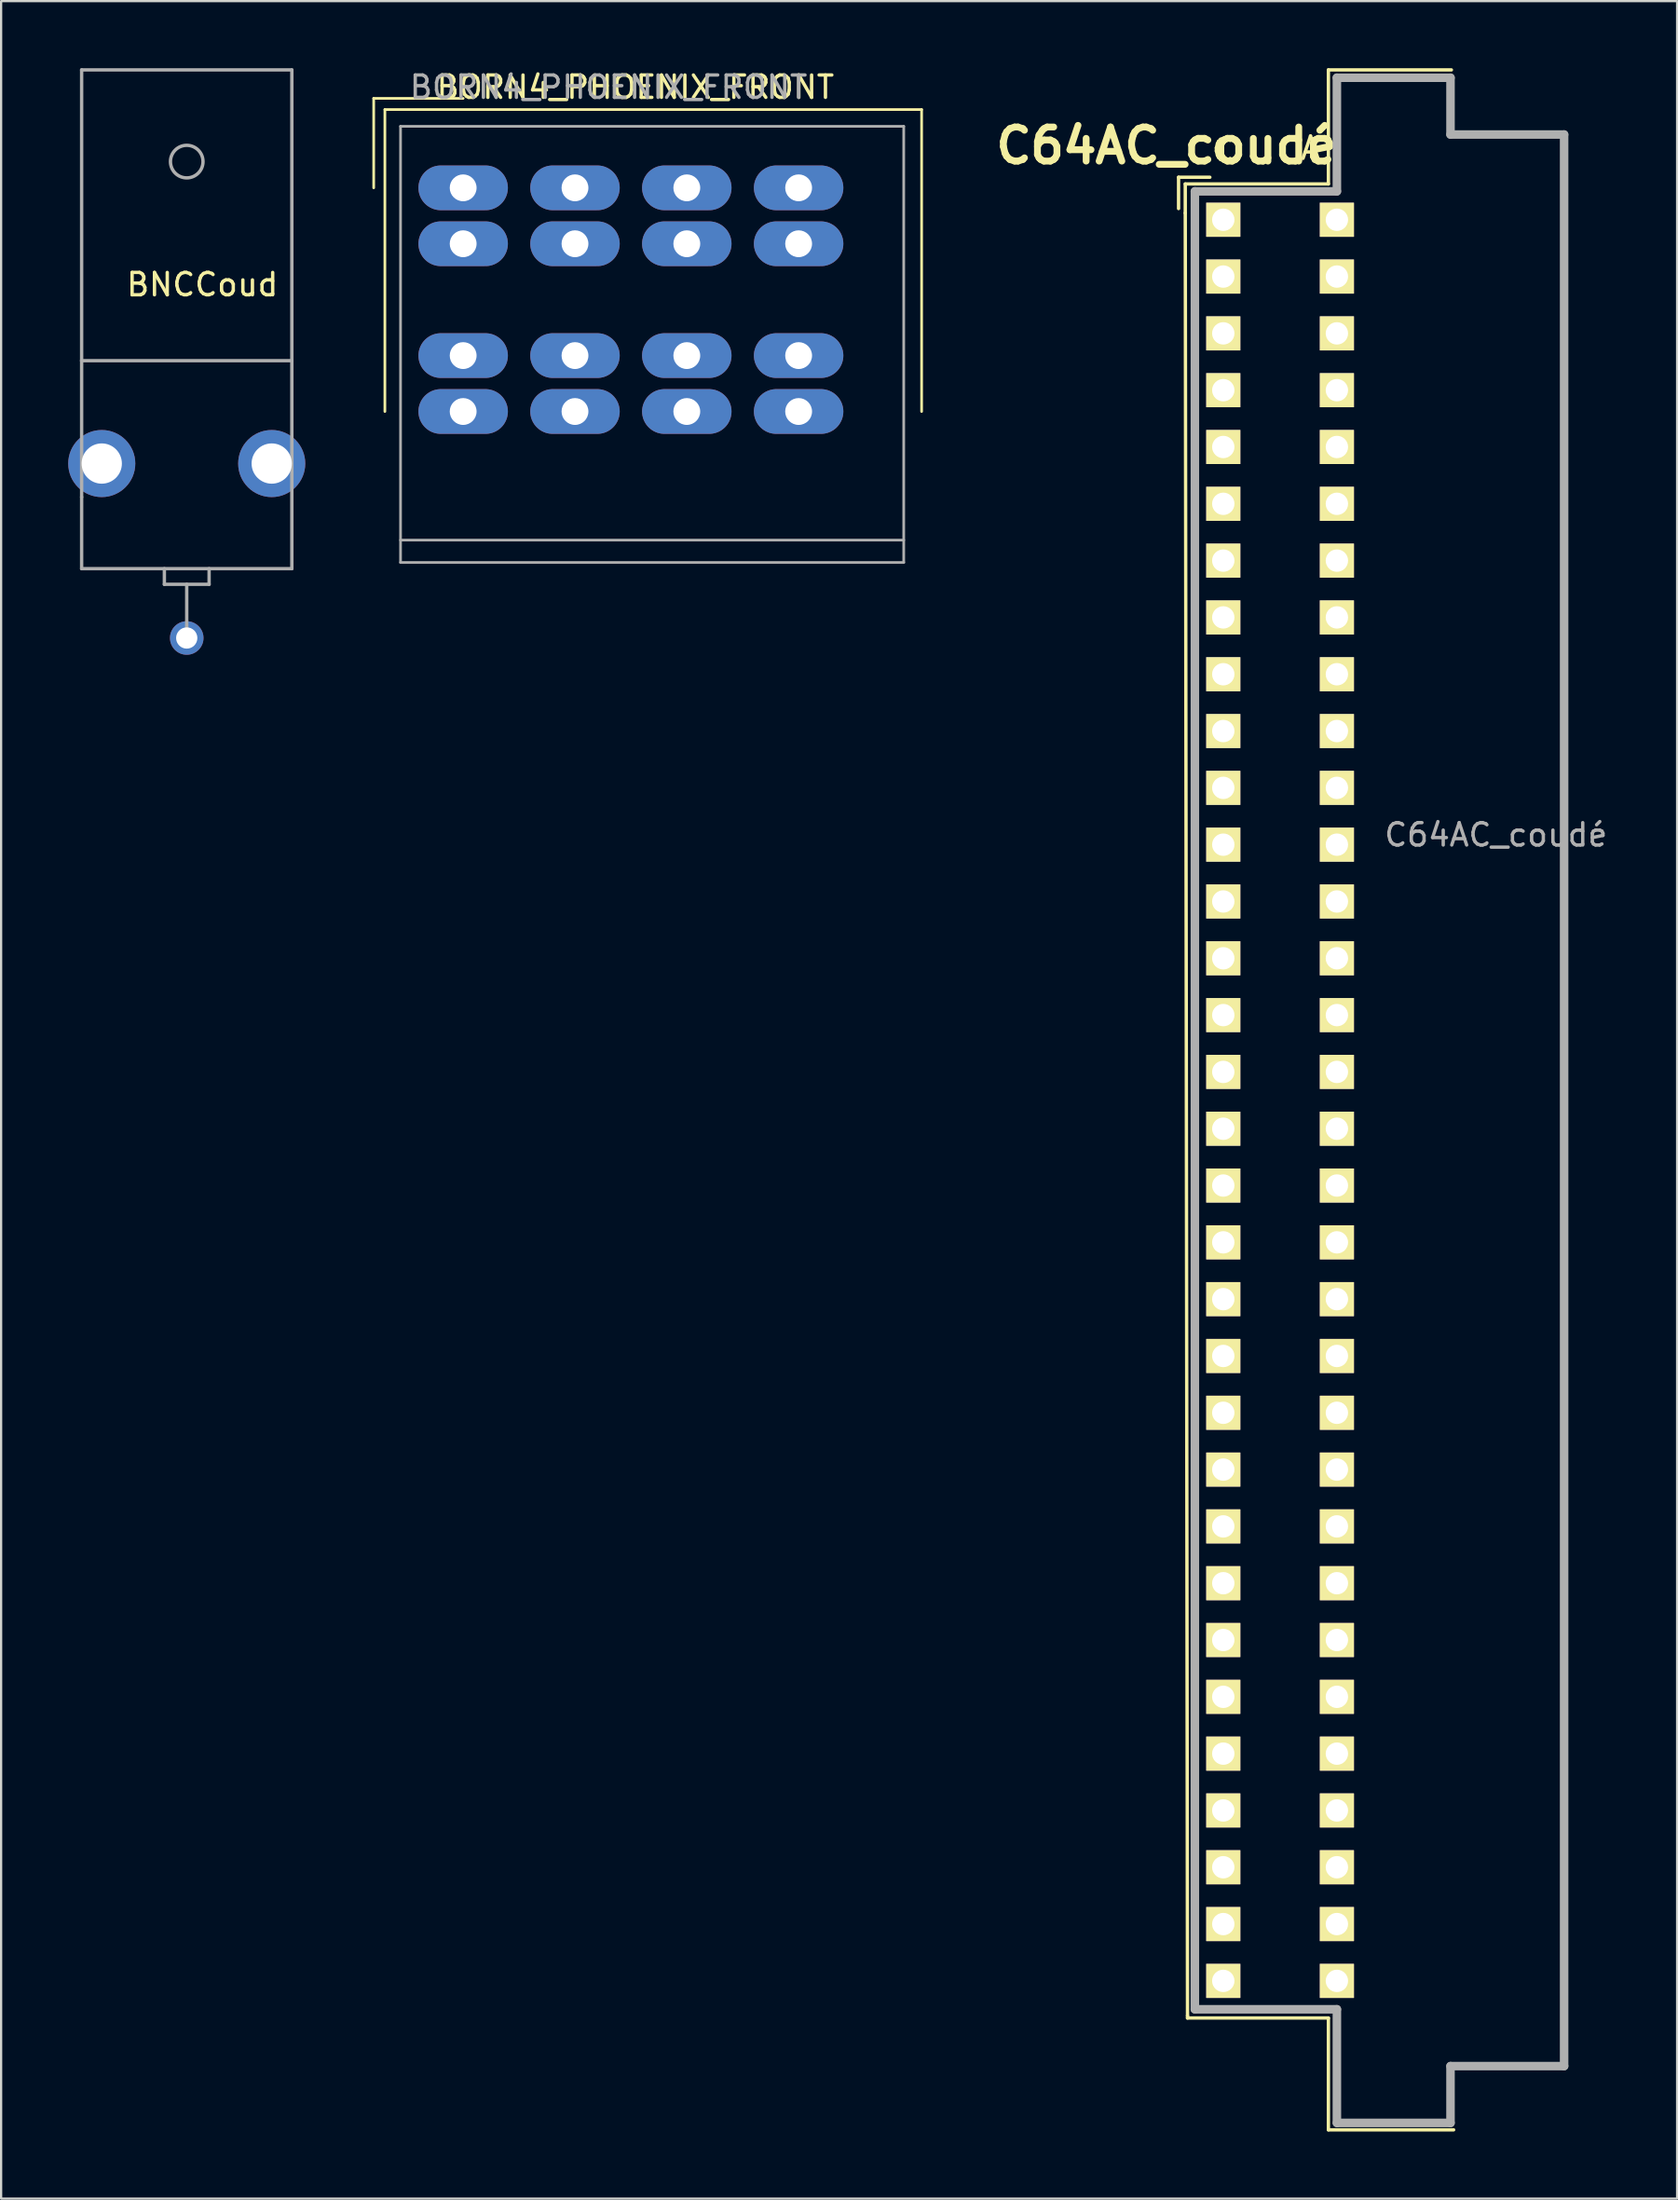
<source format=kicad_pcb>
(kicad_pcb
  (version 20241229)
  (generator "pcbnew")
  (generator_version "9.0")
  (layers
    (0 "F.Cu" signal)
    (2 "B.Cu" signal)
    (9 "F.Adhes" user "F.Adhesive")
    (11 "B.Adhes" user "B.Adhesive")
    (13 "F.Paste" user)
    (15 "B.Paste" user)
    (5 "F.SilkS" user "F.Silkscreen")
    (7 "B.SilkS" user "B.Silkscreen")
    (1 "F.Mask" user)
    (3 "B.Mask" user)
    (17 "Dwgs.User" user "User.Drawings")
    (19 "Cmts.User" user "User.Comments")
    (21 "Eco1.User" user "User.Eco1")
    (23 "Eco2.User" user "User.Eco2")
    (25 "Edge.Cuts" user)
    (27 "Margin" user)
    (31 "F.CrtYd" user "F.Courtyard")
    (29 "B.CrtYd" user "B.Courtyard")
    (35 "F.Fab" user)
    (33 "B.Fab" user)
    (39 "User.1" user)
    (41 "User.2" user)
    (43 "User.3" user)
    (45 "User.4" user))
  (footprint "BORN4_PHOENIX_FRONT"
    (layer "F.Cu")
    (at 25.16 10.348)
    (property "Reference" "BORN4_PHOENIX_FRONT" (at 0.2 -9.5 180) (layer "F.SilkS") (effects (font (size 1 1) (thickness 0.15))))
    (attr through_hole)
    (fp_line (start -11.5 -9) (end -7.5 -9) (stroke (width 0.12) (type solid)) (layer "F.SilkS"))
    (fp_line (start -11.5 -5) (end -11.5 -9) (stroke (width 0.12) (type solid)) (layer "F.SilkS"))
    (fp_line (start -11 -8.5) (end 13 -8.5) (stroke (width 0.12) (type solid)) (layer "F.SilkS"))
    (fp_line (start -11 5) (end -11 -8.5) (stroke (width 0.12) (type solid)) (layer "F.SilkS"))
    (fp_line (start 13 -8.5) (end 13 5) (stroke (width 0.12) (type solid)) (layer "F.SilkS"))
    (fp_line (start -10.3 -7.75) (end 12.2 -7.75) (stroke (width 0.12) (type solid)) (layer "F.Fab"))
    (fp_line (start -10.3 10.75) (end 12.2 10.75) (stroke (width 0.12) (type solid)) (layer "F.Fab"))
    (fp_line (start -10.3 11.75) (end -10.3 -7.75) (stroke (width 0.12) (type solid)) (layer "F.Fab"))
    (fp_line (start 12.2 -7.75) (end 12.2 11.75) (stroke (width 0.12) (type solid)) (layer "F.Fab"))
    (fp_line (start 12.2 11.75) (end -10.3 11.75) (stroke (width 0.12) (type solid)) (layer "F.Fab"))
    (fp_text user "${REFERENCE}" (at -1 -9.5 0) (layer "F.Fab") (effects (font (size 1 1) (thickness 0.15))))
    (pad "1" thru_hole oval (at -7.5 -5) (size 4 2) (drill 1.2) (layers "*.Cu" "*.Mask"))
    (pad "1" thru_hole oval (at -7.5 -2.5) (size 4 2) (drill 1.2) (layers "*.Cu" "*.Mask"))
    (pad "1" thru_hole oval (at -7.5 2.5) (size 4 2) (drill 1.2) (layers "*.Cu" "*.Mask"))
    (pad "1" thru_hole oval (at -7.5 5) (size 4 2) (drill 1.2) (layers "*.Cu" "*.Mask"))
    (pad "2" thru_hole oval (at -2.5 -5) (size 4 2) (drill 1.2) (layers "*.Cu" "*.Mask"))
    (pad "2" thru_hole oval (at -2.5 -2.5) (size 4 2) (drill 1.2) (layers "*.Cu" "*.Mask"))
    (pad "2" thru_hole oval (at -2.5 2.5) (size 4 2) (drill 1.2) (layers "*.Cu" "*.Mask"))
    (pad "2" thru_hole oval (at -2.5 5) (size 4 2) (drill 1.2) (layers "*.Cu" "*.Mask"))
    (pad "3" thru_hole oval (at 2.5 -5) (size 4 2) (drill 1.2) (layers "*.Cu" "*.Mask"))
    (pad "3" thru_hole oval (at 2.5 -2.5) (size 4 2) (drill 1.2) (layers "*.Cu" "*.Mask"))
    (pad "3" thru_hole oval (at 2.5 2.5) (size 4 2) (drill 1.2) (layers "*.Cu" "*.Mask"))
    (pad "3" thru_hole oval (at 2.5 5) (size 4 2) (drill 1.2) (layers "*.Cu" "*.Mask"))
    (pad "4" thru_hole oval (at 7.5 -5) (size 4 2) (drill 1.2) (layers "*.Cu" "*.Mask"))
    (pad "4" thru_hole oval (at 7.5 -2.5) (size 4 2) (drill 1.2) (layers "*.Cu" "*.Mask"))
    (pad "4" thru_hole oval (at 7.5 2.5) (size 4 2) (drill 1.2) (layers "*.Cu" "*.Mask"))
    (pad "4" thru_hole oval (at 7.5 5) (size 4 2) (drill 1.2) (layers "*.Cu" "*.Mask")))
  (footprint "BNCCoud"
    (layer "F.Cu")
    (at 5.3 25.475)
    (property "Reference" "BNCCoud" (at 0.7 -15.8 0) (layer "F.SilkS") (effects (font (size 1 1) (thickness 0.15))))
    (attr through_hole)
    (fp_line (start -4.7 -25.4) (end 4.7 -25.4) (stroke (width 0.15) (type solid)) (layer "F.Fab"))
    (fp_line (start -4.7 -12.4) (end -4.7 -25.4) (stroke (width 0.15) (type solid)) (layer "F.Fab"))
    (fp_line (start -4.7 -12.4) (end -4.7 -6.3) (stroke (width 0.15) (type solid)) (layer "F.Fab"))
    (fp_line (start -4.7 -6.3) (end -4.7 -3.1) (stroke (width 0.15) (type solid)) (layer "F.Fab"))
    (fp_line (start -4.7 -3.1) (end 4.7 -3.1) (stroke (width 0.15) (type solid)) (layer "F.Fab"))
    (fp_line (start -1 -3.1) (end -1 -2.4) (stroke (width 0.15) (type solid)) (layer "F.Fab"))
    (fp_line (start -1 -2.4) (end 1 -2.4) (stroke (width 0.15) (type solid)) (layer "F.Fab"))
    (fp_line (start 0 -2.4) (end 0 0) (stroke (width 0.15) (type solid)) (layer "F.Fab"))
    (fp_line (start 1 -2.4) (end 1 -3.1) (stroke (width 0.15) (type solid)) (layer "F.Fab"))
    (fp_line (start 4.7 -25.4) (end 4.7 -12.4) (stroke (width 0.15) (type solid)) (layer "F.Fab"))
    (fp_line (start 4.7 -12.4) (end -4.7 -12.4) (stroke (width 0.15) (type solid)) (layer "F.Fab"))
    (fp_line (start 4.7 -3.1) (end 4.7 -12.4) (stroke (width 0.15) (type solid)) (layer "F.Fab"))
    (fp_circle (center 0 -21.3) (end 0.728 -21.3) (stroke (width 0.15) (type solid)) (fill no) (layer "F.Fab"))
    (pad "1" thru_hole circle (at 0 0) (size 1.5 1.5) (drill 0.95) (layers "*.Cu" "*.Mask"))
    (pad "2" thru_hole circle (at -3.8 -7.8) (size 3 3) (drill 1.8) (layers "*.Cu" "*.Mask"))
    (pad "2" thru_hole circle (at 3.8 -7.8) (size 3 3) (drill 1.8) (layers "*.Cu" "*.Mask")))
  (footprint "C64AC_coudé"
    (layer "F.Cu")
    (at 51.649 6.775)
    (property "Reference" "C64AC_coudé" (at -2.54 -3.312 180) (layer "F.SilkS") (effects (font (size 1.524 1.524) (thickness 0.305))))
    (attr through_hole)
    (fp_line (start -2 -1.9) (end -0.6 -1.9) (stroke (width 0.15) (type solid)) (layer "F.SilkS"))
    (fp_line (start -2 -0.5) (end -2 -1.9) (stroke (width 0.15) (type solid)) (layer "F.SilkS"))
    (fp_line (start -1.7 -1.6) (end -1.7 -0.3) (stroke (width 0.15) (type solid)) (layer "F.SilkS"))
    (fp_line (start -1.7 -0.3) (end -1.6 80.3) (stroke (width 0.15) (type solid)) (layer "F.SilkS"))
    (fp_line (start -1.6 80.3) (end -1.6 80.4) (stroke (width 0.15) (type solid)) (layer "F.SilkS"))
    (fp_line (start -1.6 80.4) (end 4.7 80.4) (stroke (width 0.15) (type solid)) (layer "F.SilkS"))
    (fp_line (start 4.7 -6.7) (end 4.7 -1.6) (stroke (width 0.15) (type solid)) (layer "F.SilkS"))
    (fp_line (start 4.7 -1.6) (end -1.7 -1.6) (stroke (width 0.15) (type solid)) (layer "F.SilkS"))
    (fp_line (start 4.7 80.4) (end 4.7 85.4) (stroke (width 0.15) (type solid)) (layer "F.SilkS"))
    (fp_line (start 4.7 85.4) (end 10.3 85.4) (stroke (width 0.15) (type solid)) (layer "F.SilkS"))
    (fp_line (start 10.2 -6.7) (end 4.7 -6.7) (stroke (width 0.15) (type solid)) (layer "F.SilkS"))
    (fp_line (start -1.27 -1.27) (end 5.08 -1.27) (stroke (width 0.381) (type solid)) (layer "F.Fab"))
    (fp_line (start -1.27 80.01) (end -1.27 -1.27) (stroke (width 0.381) (type solid)) (layer "F.Fab"))
    (fp_line (start 5.08 -6.35) (end 10.16 -6.35) (stroke (width 0.381) (type solid)) (layer "F.Fab"))
    (fp_line (start 5.08 -1.27) (end 5.08 -6.35) (stroke (width 0.381) (type solid)) (layer "F.Fab"))
    (fp_line (start 5.08 80.01) (end -1.27 80.01) (stroke (width 0.381) (type solid)) (layer "F.Fab"))
    (fp_line (start 5.08 85.09) (end 5.08 80.01) (stroke (width 0.381) (type solid)) (layer "F.Fab"))
    (fp_line (start 10.16 -6.35) (end 10.16 -3.81) (stroke (width 0.381) (type solid)) (layer "F.Fab"))
    (fp_line (start 10.16 -3.81) (end 15.24 -3.81) (stroke (width 0.381) (type solid)) (layer "F.Fab"))
    (fp_line (start 10.16 82.55) (end 10.16 85.09) (stroke (width 0.381) (type solid)) (layer "F.Fab"))
    (fp_line (start 10.16 85.09) (end 5.08 85.09) (stroke (width 0.381) (type solid)) (layer "F.Fab"))
    (fp_line (start 15.24 -3.81) (end 15.24 82.55) (stroke (width 0.381) (type solid)) (layer "F.Fab"))
    (fp_line (start 15.24 82.55) (end 10.16 82.55) (stroke (width 0.381) (type solid)) (layer "F.Fab"))
    (fp_text user "A" (at 3.9 -3.2 0) (layer "F.SilkS") (effects (font (size 1 1) (thickness 0.15))))
    (fp_text user "C" (at 0 -3.1 0) (layer "F.SilkS") (effects (font (size 1 1) (thickness 0.15))))
    (fp_text user "${REFERENCE}" (at 12.192 27.5 0) (layer "F.Fab") (effects (font (size 1 1) (thickness 0.15))))
    (pad "A1" thru_hole rect (at 5.08 0) (size 1.524 1.524) (drill 1) (layers "*.Cu" "*.Mask" "F.SilkS"))
    (pad "A2" thru_hole rect (at 5.08 2.54) (size 1.524 1.524) (drill 1) (layers "*.Cu" "*.Mask" "F.SilkS"))
    (pad "A3" thru_hole rect (at 5.08 5.08) (size 1.524 1.524) (drill 1) (layers "*.Cu" "*.Mask" "F.SilkS"))
    (pad "A4" thru_hole rect (at 5.08 7.62) (size 1.524 1.524) (drill 1) (layers "*.Cu" "*.Mask" "F.SilkS"))
    (pad "A5" thru_hole rect (at 5.08 10.16) (size 1.524 1.524) (drill 1) (layers "*.Cu" "*.Mask" "F.SilkS"))
    (pad "A6" thru_hole rect (at 5.08 12.7) (size 1.524 1.524) (drill 1) (layers "*.Cu" "*.Mask" "F.SilkS"))
    (pad "A7" thru_hole rect (at 5.08 15.24) (size 1.524 1.524) (drill 1) (layers "*.Cu" "*.Mask" "F.SilkS"))
    (pad "A8" thru_hole rect (at 5.08 17.78) (size 1.524 1.524) (drill 1) (layers "*.Cu" "*.Mask" "F.SilkS"))
    (pad "A9" thru_hole rect (at 5.08 20.32) (size 1.524 1.524) (drill 1) (layers "*.Cu" "*.Mask" "F.SilkS"))
    (pad "A10" thru_hole rect (at 5.08 22.86) (size 1.524 1.524) (drill 1) (layers "*.Cu" "*.Mask" "F.SilkS"))
    (pad "A11" thru_hole rect (at 5.08 25.4) (size 1.524 1.524) (drill 1) (layers "*.Cu" "*.Mask" "F.SilkS"))
    (pad "A12" thru_hole rect (at 5.08 27.94) (size 1.524 1.524) (drill 1) (layers "*.Cu" "*.Mask" "F.SilkS"))
    (pad "A13" thru_hole rect (at 5.08 30.48) (size 1.524 1.524) (drill 1) (layers "*.Cu" "*.Mask" "F.SilkS"))
    (pad "A14" thru_hole rect (at 5.08 33.02) (size 1.524 1.524) (drill 1) (layers "*.Cu" "*.Mask" "F.SilkS"))
    (pad "A15" thru_hole rect (at 5.08 35.56) (size 1.524 1.524) (drill 1) (layers "*.Cu" "*.Mask" "F.SilkS"))
    (pad "A16" thru_hole rect (at 5.08 38.1) (size 1.524 1.524) (drill 1) (layers "*.Cu" "*.Mask" "F.SilkS"))
    (pad "A17" thru_hole rect (at 5.08 40.64) (size 1.524 1.524) (drill 1) (layers "*.Cu" "*.Mask" "F.SilkS"))
    (pad "A18" thru_hole rect (at 5.08 43.18) (size 1.524 1.524) (drill 1) (layers "*.Cu" "*.Mask" "F.SilkS"))
    (pad "A19" thru_hole rect (at 5.08 45.72) (size 1.524 1.524) (drill 1) (layers "*.Cu" "*.Mask" "F.SilkS"))
    (pad "A20" thru_hole rect (at 5.08 48.26) (size 1.524 1.524) (drill 1) (layers "*.Cu" "*.Mask" "F.SilkS"))
    (pad "A21" thru_hole rect (at 5.08 50.8) (size 1.524 1.524) (drill 1) (layers "*.Cu" "*.Mask" "F.SilkS"))
    (pad "A22" thru_hole rect (at 5.08 53.34) (size 1.524 1.524) (drill 1) (layers "*.Cu" "*.Mask" "F.SilkS"))
    (pad "A23" thru_hole rect (at 5.08 55.88) (size 1.524 1.524) (drill 1) (layers "*.Cu" "*.Mask" "F.SilkS"))
    (pad "A24" thru_hole rect (at 5.08 58.42) (size 1.524 1.524) (drill 1) (layers "*.Cu" "*.Mask" "F.SilkS"))
    (pad "A25" thru_hole rect (at 5.08 60.96) (size 1.524 1.524) (drill 1) (layers "*.Cu" "*.Mask" "F.SilkS"))
    (pad "A26" thru_hole rect (at 5.08 63.5) (size 1.524 1.524) (drill 1) (layers "*.Cu" "*.Mask" "F.SilkS"))
    (pad "A27" thru_hole rect (at 5.08 66.04) (size 1.524 1.524) (drill 1) (layers "*.Cu" "*.Mask" "F.SilkS"))
    (pad "A28" thru_hole rect (at 5.08 68.58) (size 1.524 1.524) (drill 1) (layers "*.Cu" "*.Mask" "F.SilkS"))
    (pad "A29" thru_hole rect (at 5.08 71.12) (size 1.524 1.524) (drill 1) (layers "*.Cu" "*.Mask" "F.SilkS"))
    (pad "A30" thru_hole rect (at 5.08 73.66) (size 1.524 1.524) (drill 1) (layers "*.Cu" "*.Mask" "F.SilkS"))
    (pad "A31" thru_hole rect (at 5.08 76.2) (size 1.524 1.524) (drill 1) (layers "*.Cu" "*.Mask" "F.SilkS"))
    (pad "A32" thru_hole rect (at 5.08 78.74) (size 1.524 1.524) (drill 1) (layers "*.Cu" "*.Mask" "F.SilkS"))
    (pad "C1" thru_hole rect (at 0 0) (size 1.524 1.524) (drill 1) (layers "*.Cu" "*.Mask" "F.SilkS"))
    (pad "C2" thru_hole rect (at 0 2.54) (size 1.524 1.524) (drill 1) (layers "*.Cu" "*.Mask" "F.SilkS"))
    (pad "C3" thru_hole rect (at 0 5.08) (size 1.524 1.524) (drill 1) (layers "*.Cu" "*.Mask" "F.SilkS"))
    (pad "C4" thru_hole rect (at 0 7.62) (size 1.524 1.524) (drill 1) (layers "*.Cu" "*.Mask" "F.SilkS"))
    (pad "C5" thru_hole rect (at 0 10.16) (size 1.524 1.524) (drill 1) (layers "*.Cu" "*.Mask" "F.SilkS"))
    (pad "C6" thru_hole rect (at 0 12.7) (size 1.524 1.524) (drill 1) (layers "*.Cu" "*.Mask" "F.SilkS"))
    (pad "C7" thru_hole rect (at 0 15.24) (size 1.524 1.524) (drill 1) (layers "*.Cu" "*.Mask" "F.SilkS"))
    (pad "C8" thru_hole rect (at 0 17.78) (size 1.524 1.524) (drill 1) (layers "*.Cu" "*.Mask" "F.SilkS"))
    (pad "C9" thru_hole rect (at 0 20.32) (size 1.524 1.524) (drill 1) (layers "*.Cu" "*.Mask" "F.SilkS"))
    (pad "C10" thru_hole rect (at 0 22.86) (size 1.524 1.524) (drill 1) (layers "*.Cu" "*.Mask" "F.SilkS"))
    (pad "C11" thru_hole rect (at 0 25.4) (size 1.524 1.524) (drill 1) (layers "*.Cu" "*.Mask" "F.SilkS"))
    (pad "C12" thru_hole rect (at 0 27.94) (size 1.524 1.524) (drill 1) (layers "*.Cu" "*.Mask" "F.SilkS"))
    (pad "C13" thru_hole rect (at 0 30.48) (size 1.524 1.524) (drill 1) (layers "*.Cu" "*.Mask" "F.SilkS"))
    (pad "C14" thru_hole rect (at 0 33.02) (size 1.524 1.524) (drill 1) (layers "*.Cu" "*.Mask" "F.SilkS"))
    (pad "C15" thru_hole rect (at 0 35.56) (size 1.524 1.524) (drill 1) (layers "*.Cu" "*.Mask" "F.SilkS"))
    (pad "C16" thru_hole rect (at 0 38.1) (size 1.524 1.524) (drill 1) (layers "*.Cu" "*.Mask" "F.SilkS"))
    (pad "C17" thru_hole rect (at 0 40.64) (size 1.524 1.524) (drill 1) (layers "*.Cu" "*.Mask" "F.SilkS"))
    (pad "C18" thru_hole rect (at 0 43.18) (size 1.524 1.524) (drill 1) (layers "*.Cu" "*.Mask" "F.SilkS"))
    (pad "C19" thru_hole rect (at 0 45.72) (size 1.524 1.524) (drill 1) (layers "*.Cu" "*.Mask" "F.SilkS"))
    (pad "C20" thru_hole rect (at 0 48.26) (size 1.524 1.524) (drill 1) (layers "*.Cu" "*.Mask" "F.SilkS"))
    (pad "C21" thru_hole rect (at 0 50.8) (size 1.524 1.524) (drill 1) (layers "*.Cu" "*.Mask" "F.SilkS"))
    (pad "C22" thru_hole rect (at 0 53.34) (size 1.524 1.524) (drill 1) (layers "*.Cu" "*.Mask" "F.SilkS"))
    (pad "C23" thru_hole rect (at 0 55.88) (size 1.524 1.524) (drill 1) (layers "*.Cu" "*.Mask" "F.SilkS"))
    (pad "C24" thru_hole rect (at 0 58.42) (size 1.524 1.524) (drill 1) (layers "*.Cu" "*.Mask" "F.SilkS"))
    (pad "C25" thru_hole rect (at 0 60.96) (size 1.524 1.524) (drill 1) (layers "*.Cu" "*.Mask" "F.SilkS"))
    (pad "C26" thru_hole rect (at 0 63.5) (size 1.524 1.524) (drill 1) (layers "*.Cu" "*.Mask" "F.SilkS"))
    (pad "C27" thru_hole rect (at 0 66.04) (size 1.524 1.524) (drill 1) (layers "*.Cu" "*.Mask" "F.SilkS"))
    (pad "C28" thru_hole rect (at 0 68.58) (size 1.524 1.524) (drill 1) (layers "*.Cu" "*.Mask" "F.SilkS"))
    (pad "C29" thru_hole rect (at 0 71.12) (size 1.524 1.524) (drill 1) (layers "*.Cu" "*.Mask" "F.SilkS"))
    (pad "C30" thru_hole rect (at 0 73.66) (size 1.524 1.524) (drill 1) (layers "*.Cu" "*.Mask" "F.SilkS"))
    (pad "C31" thru_hole rect (at 0 76.2) (size 1.524 1.524) (drill 1) (layers "*.Cu" "*.Mask" "F.SilkS"))
    (pad "C32" thru_hole rect (at 0 78.74) (size 1.524 1.524) (drill 1) (layers "*.Cu" "*.Mask" "F.SilkS")))
  (gr_rect
    (start -3 -3)
    (end 71.942 95.25)
    (stroke (width 0.1) (type default))
    (fill no)
    (layer "Edge.Cuts")))
</source>
